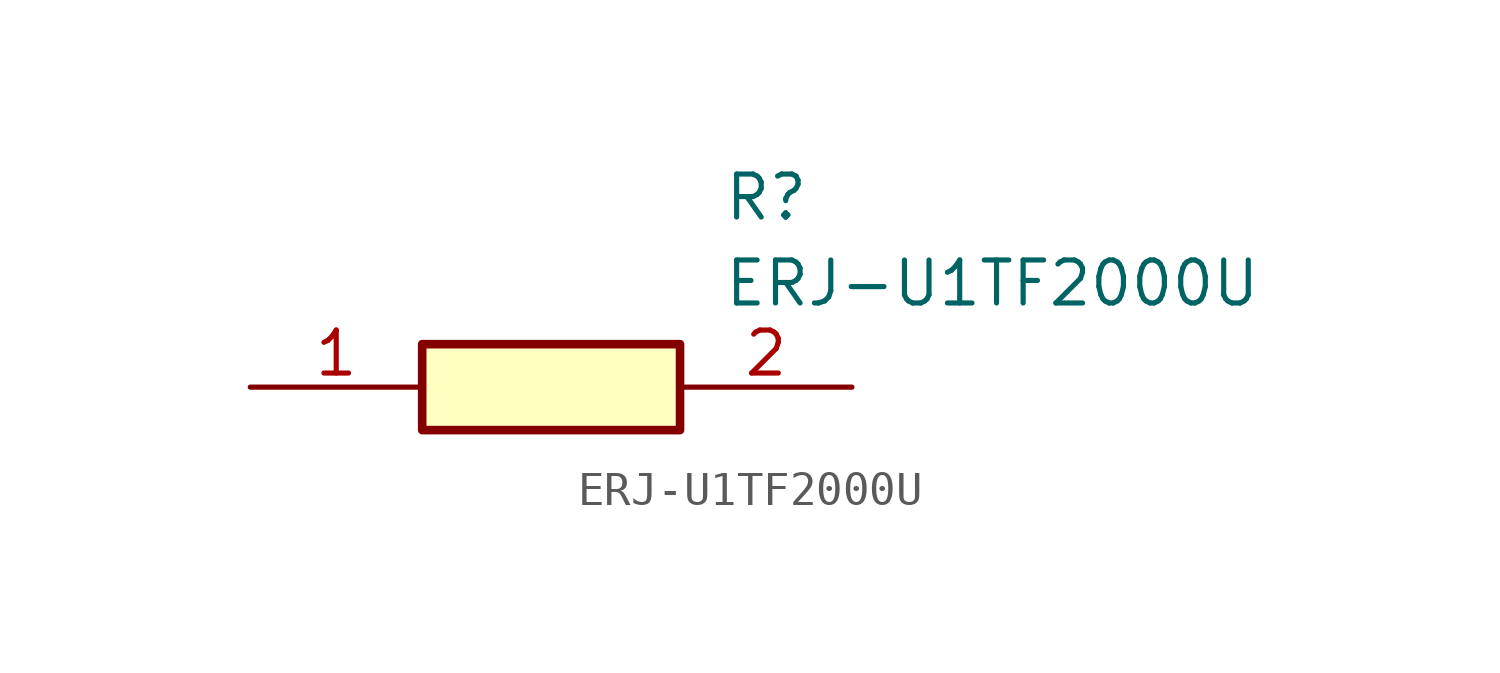
<source format=kicad_sym>
(kicad_symbol_lib
  (version 20211014)
  (generator SamacSys_ECAD_Model)
  (symbol "ERJ-U1TF2000U"
    (pin_names hide)
    (property "Reference" "R"
      (at 13.97 6.35 0)
      (effects (font (size 1.27 1.27)) (justify left top)))
    (property "Value" "ERJ-U1TF2000U"
      (at 13.97 3.81 0)
      (effects (font (size 1.27 1.27)) (justify left top)))
    (rectangle
      (start 5.08 1.27)
      (end 12.7 -1.27)
      (stroke (width 0.254) (type default))
      (fill (type background)))
    (pin passive line
      (at 0 0 0)
      (length 5.08)
      (name "1" (effects (font (size 1.27 1.27))))
      (number "1" (effects (font (size 1.27 1.27)))))
    (pin passive line
      (at 17.78 0 180)
      (length 5.08)
      (name "2" (effects (font (size 1.27 1.27))))
      (number "2" (effects (font (size 1.27 1.27)))))))
</source>
